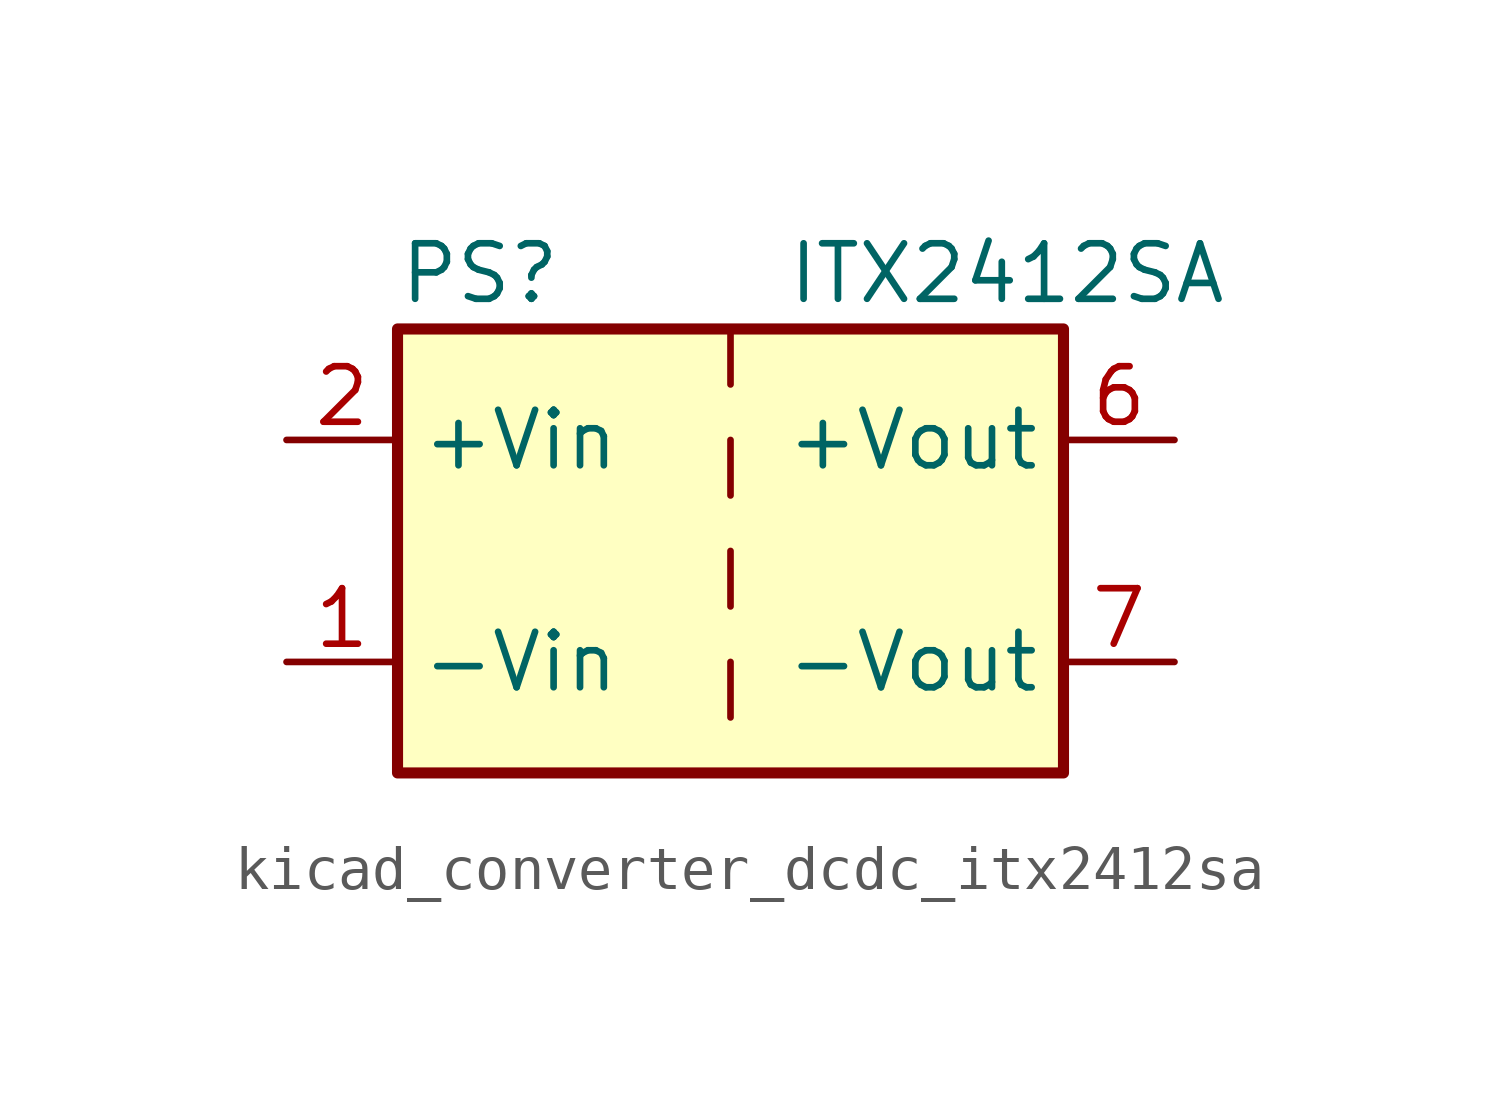
<source format=kicad_sym>
(kicad_symbol_lib
  (version 20220914)
  (generator kicad_symbol_editor)
  (symbol "kicad_converter_dcdc_itx2412sa"
    (property "Reference" "PS"
      (at -7.62 6.35 0)
      (effects (font (size 1.27 1.27)) (justify left)))
    (property "Value" "ITX2412SA"
      (at 1.27 6.35 0)
      (effects (font (size 1.27 1.27)) (justify left)))
    (symbol "kicad_converter_dcdc_itx2412sa_0_0"
      (pin power_in line (at -10.16 -2.54 0) (length 2.54) (name "-Vin" (effects (font (size 1.27 1.27)))) (number "1" (effects (font (size 1.27 1.27)))))
      (pin power_in line (at -10.16 2.54 0) (length 2.54) (name "+Vin" (effects (font (size 1.27 1.27)))) (number "2" (effects (font (size 1.27 1.27)))))
      (pin power_out line (at 10.16 2.54 180) (length 2.54) (name "+Vout" (effects (font (size 1.27 1.27)))) (number "6" (effects (font (size 1.27 1.27)))))
      (pin power_out line (at 10.16 -2.54 180) (length 2.54) (name "-Vout" (effects (font (size 1.27 1.27)))) (number "7" (effects (font (size 1.27 1.27)))))
      (pin no_connect line (at 7.62 0 180) (length 2.54) hide (name "NC" (effects (font (size 1.27 1.27)))) (number "8" (effects (font (size 1.27 1.27))))))
    (symbol "kicad_converter_dcdc_itx2412sa_0_1"
      (rectangle (start -7.62 5.08) (end 7.62 -5.08) (stroke (width 0.254) (type default)) (fill (type background)))
      (polyline (pts (xy 0 -2.54) (xy 0 -3.81)) (stroke (width 0) (type default)) (fill (type none)))
      (polyline (pts (xy 0 0) (xy 0 -1.27)) (stroke (width 0) (type default)) (fill (type none)))
      (polyline (pts (xy 0 2.54) (xy 0 1.27)) (stroke (width 0) (type default)) (fill (type none)))
      (polyline (pts (xy 0 5.08) (xy 0 3.81)) (stroke (width 0) (type default)) (fill (type none))))))
</source>
